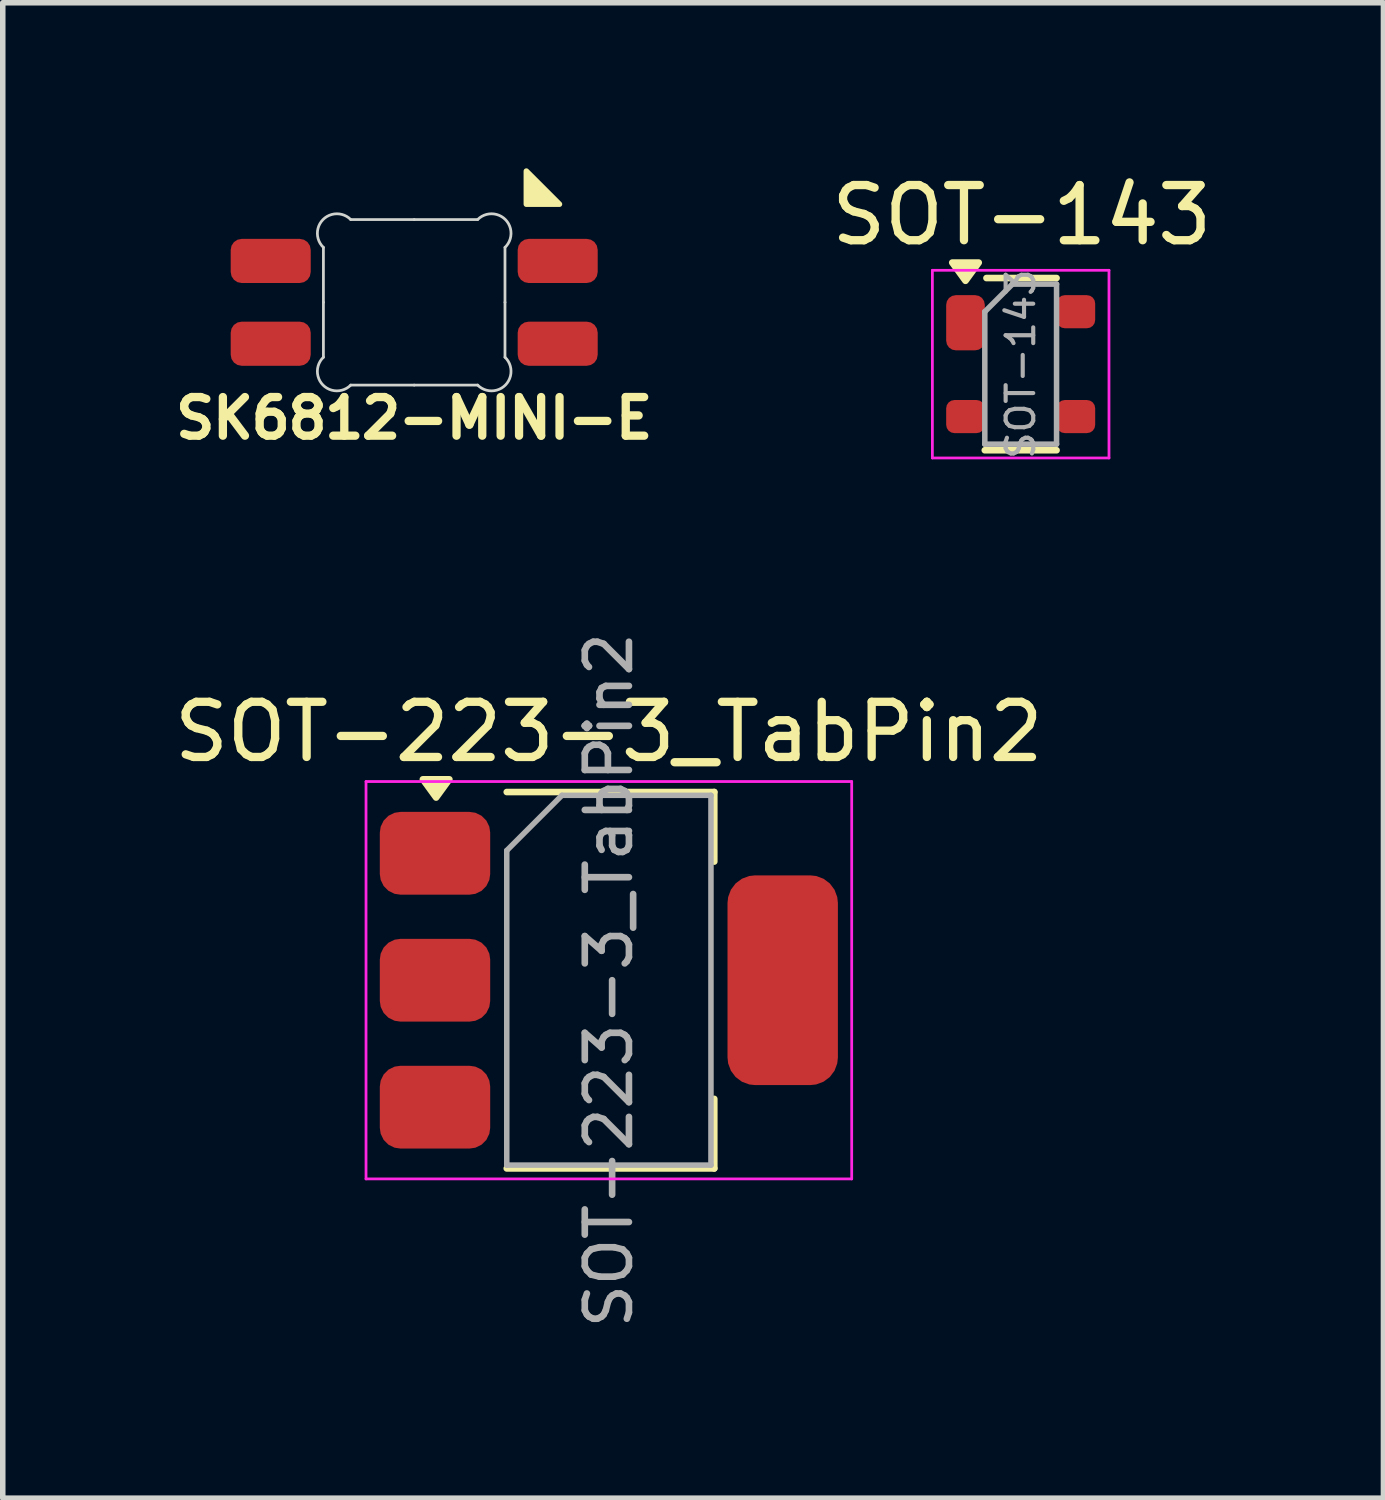
<source format=kicad_pcb>
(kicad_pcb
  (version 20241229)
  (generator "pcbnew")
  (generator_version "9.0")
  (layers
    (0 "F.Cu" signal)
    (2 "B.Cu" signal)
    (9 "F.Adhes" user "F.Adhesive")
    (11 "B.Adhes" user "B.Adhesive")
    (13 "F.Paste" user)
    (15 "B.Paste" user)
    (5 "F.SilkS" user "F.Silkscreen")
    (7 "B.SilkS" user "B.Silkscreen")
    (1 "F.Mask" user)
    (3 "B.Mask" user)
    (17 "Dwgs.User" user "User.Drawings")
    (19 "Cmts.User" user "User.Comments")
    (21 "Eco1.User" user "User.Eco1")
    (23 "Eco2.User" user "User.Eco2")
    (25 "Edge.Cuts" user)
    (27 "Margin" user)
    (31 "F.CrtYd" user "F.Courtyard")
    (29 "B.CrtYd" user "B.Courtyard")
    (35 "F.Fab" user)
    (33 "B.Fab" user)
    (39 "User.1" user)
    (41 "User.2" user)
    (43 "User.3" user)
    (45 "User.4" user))
  (footprint "SOT-143"
    (layer "F.Cu")
    (at 15.444 3.548)
    (property "Reference" "SOT-143" (at 0.02 -2.7 0) (layer "F.SilkS") (effects (font (size 1 1) (thickness 0.15))))
    (attr smd)
    (fp_line (start -0.65 1.56) (end 0.65 1.56) (stroke (width 0.12) (type solid)) (layer "F.SilkS"))
    (fp_line (start 0.65 -1.56) (end -0.62 -1.56) (stroke (width 0.12) (type solid)) (layer "F.SilkS"))
    (fp_poly (pts (xy -1 -1.51) (xy -1.24 -1.84) (xy -0.76 -1.84) (xy -1 -1.51)) (stroke (width 0.12) (type solid)) (fill yes) (layer "F.SilkS"))
    (fp_line (start -1.6 1.7) (end -1.6 -1.7) (stroke (width 0.05) (type solid)) (layer "F.CrtYd"))
    (fp_line (start -1.6 1.7) (end 1.6 1.7) (stroke (width 0.05) (type solid)) (layer "F.CrtYd"))
    (fp_line (start 1.6 -1.7) (end -1.6 -1.7) (stroke (width 0.05) (type solid)) (layer "F.CrtYd"))
    (fp_line (start 1.6 -1.7) (end 1.6 1.7) (stroke (width 0.05) (type solid)) (layer "F.CrtYd"))
    (fp_line (start -0.65 -0.95) (end -0.15 -1.45) (stroke (width 0.1) (type solid)) (layer "F.Fab"))
    (fp_line (start -0.65 1.45) (end -0.65 -0.95) (stroke (width 0.1) (type solid)) (layer "F.Fab"))
    (fp_line (start -0.15 -1.45) (end 0.65 -1.45) (stroke (width 0.1) (type solid)) (layer "F.Fab"))
    (fp_line (start 0.65 -1.45) (end 0.65 1.45) (stroke (width 0.1) (type solid)) (layer "F.Fab"))
    (fp_line (start 0.65 1.45) (end -0.65 1.45) (stroke (width 0.1) (type solid)) (layer "F.Fab"))
    (fp_text user "${REFERENCE}" (at 0 0 90) (layer "F.Fab") (effects (font (size 0.5 0.5) (thickness 0.075))))
    (pad "1" smd roundrect (at -1 -0.75) (size 0.7 1) (layers "F.Cu" "F.Mask" "F.Paste") (roundrect_rratio 0.25))
    (pad "2" smd roundrect (at -1 0.95) (size 0.7 0.6) (layers "F.Cu" "F.Mask" "F.Paste") (roundrect_rratio 0.25))
    (pad "3" smd roundrect (at 1 0.95) (size 0.7 0.6) (layers "F.Cu" "F.Mask" "F.Paste") (roundrect_rratio 0.25))
    (pad "4" smd roundrect (at 1 -0.95) (size 0.7 0.6) (layers "F.Cu" "F.Mask" "F.Paste") (roundrect_rratio 0.25)))
  (footprint "SK6812-MINI-E"
    (layer "F.Cu")
    (at 4.455 2.428)
    (property "Reference" "SK6812-MINI-E" (at 0 2.1 0) (unlocked yes) (layer "F.SilkS") (effects (font (size 0.7 0.7) (thickness 0.15))))
    (attr through_hole)
    (fp_poly (pts (xy 2.632 -1.778) (xy 2.032 -1.778) (xy 2.032 -2.378)) (stroke (width 0.1) (type solid)) (fill yes) (layer "F.SilkS"))
    (fp_line (start -1.645 -0.995) (end -1.645 0) (stroke (width 0.05) (type default)) (layer "Edge.Cuts"))
    (fp_line (start -1.645 0.995) (end -1.645 0) (stroke (width 0.05) (type default)) (layer "Edge.Cuts"))
    (fp_line (start 0 -1.5) (end -1.15 -1.5) (stroke (width 0.05) (type default)) (layer "Edge.Cuts"))
    (fp_line (start 0 -1.5) (end 1.15 -1.5) (stroke (width 0.05) (type default)) (layer "Edge.Cuts"))
    (fp_line (start 0 1.5) (end -1.15 1.5) (stroke (width 0.05) (type default)) (layer "Edge.Cuts"))
    (fp_line (start 0 1.5) (end 1.15 1.5) (stroke (width 0.05) (type default)) (layer "Edge.Cuts"))
    (fp_line (start 1.645 -0.995) (end 1.645 0) (stroke (width 0.05) (type default)) (layer "Edge.Cuts"))
    (fp_line (start 1.645 0.995) (end 1.645 0) (stroke (width 0.05) (type default)) (layer "Edge.Cuts"))
    (fp_arc (start -1.645051 -0.995147) (mid -1.652439 -1.497537) (end -1.15 -1.5) (stroke (width 0.05) (type default)) (layer "Edge.Cuts"))
    (fp_arc (start -1.15 1.5) (mid -1.652439 1.497537) (end -1.645051 0.995147) (stroke (width 0.05) (type default)) (layer "Edge.Cuts"))
    (fp_arc (start 1.15 -1.5) (mid 1.652439 -1.497537) (end 1.645051 -0.995147) (stroke (width 0.05) (type default)) (layer "Edge.Cuts"))
    (fp_arc (start 1.645051 0.995147) (mid 1.652439 1.497537) (end 1.15 1.5) (stroke (width 0.05) (type default)) (layer "Edge.Cuts"))
    (pad "1" smd roundrect (at 2.6 -0.75 180) (size 1.45 0.8) (layers "F.Cu" "F.Mask" "F.Paste") (roundrect_rratio 0.25))
    (pad "2" smd roundrect (at 2.6 0.75 180) (size 1.45 0.8) (layers "F.Cu" "F.Mask" "F.Paste") (roundrect_rratio 0.25))
    (pad "3" smd roundrect (at -2.6 0.75 180) (size 1.45 0.8) (layers "F.Cu" "F.Mask" "F.Paste") (roundrect_rratio 0.25))
    (pad "4" smd roundrect (at -2.6 -0.75 180) (size 1.45 0.8) (layers "F.Cu" "F.Mask" "F.Paste") (roundrect_rratio 0.25)))
  (footprint "SOT-223-3_TabPin2"
    (layer "F.Cu")
    (at 7.982 14.711)
    (property "Reference" "SOT-223-3_TabPin2" (at 0 -4.5 0) (layer "F.SilkS") (effects (font (size 1 1) (thickness 0.15))))
    (attr smd)
    (fp_line (start -1.85 -3.41) (end 1.91 -3.41) (stroke (width 0.12) (type solid)) (layer "F.SilkS"))
    (fp_line (start -1.85 3.41) (end 1.91 3.41) (stroke (width 0.12) (type solid)) (layer "F.SilkS"))
    (fp_line (start 1.91 -3.41) (end 1.91 -2.15) (stroke (width 0.12) (type solid)) (layer "F.SilkS"))
    (fp_line (start 1.91 3.41) (end 1.91 2.15) (stroke (width 0.12) (type solid)) (layer "F.SilkS"))
    (fp_poly (pts (xy -3.13 -3.31) (xy -3.37 -3.64) (xy -2.89 -3.64) (xy -3.13 -3.31)) (stroke (width 0.12) (type solid)) (fill yes) (layer "F.SilkS"))
    (fp_line (start -4.4 -3.6) (end -4.4 3.6) (stroke (width 0.05) (type solid)) (layer "F.CrtYd"))
    (fp_line (start -4.4 3.6) (end 4.4 3.6) (stroke (width 0.05) (type solid)) (layer "F.CrtYd"))
    (fp_line (start 4.4 -3.6) (end -4.4 -3.6) (stroke (width 0.05) (type solid)) (layer "F.CrtYd"))
    (fp_line (start 4.4 3.6) (end 4.4 -3.6) (stroke (width 0.05) (type solid)) (layer "F.CrtYd"))
    (fp_line (start -1.85 -2.35) (end -1.85 3.35) (stroke (width 0.1) (type solid)) (layer "F.Fab"))
    (fp_line (start -1.85 -2.35) (end -0.85 -3.35) (stroke (width 0.1) (type solid)) (layer "F.Fab"))
    (fp_line (start -1.85 3.35) (end 1.85 3.35) (stroke (width 0.1) (type solid)) (layer "F.Fab"))
    (fp_line (start -0.85 -3.35) (end 1.85 -3.35) (stroke (width 0.1) (type solid)) (layer "F.Fab"))
    (fp_line (start 1.85 -3.35) (end 1.85 3.35) (stroke (width 0.1) (type solid)) (layer "F.Fab"))
    (fp_text user "${REFERENCE}" (at 0 0 90) (layer "F.Fab") (effects (font (size 0.8 0.8) (thickness 0.12))))
    (pad "1" smd roundrect (at -3.15 -2.3) (size 2 1.5) (layers "F.Cu" "F.Mask" "F.Paste") (roundrect_rratio 0.25))
    (pad "2" smd roundrect (at -3.15 0) (size 2 1.5) (layers "F.Cu" "F.Mask" "F.Paste") (roundrect_rratio 0.25))
    (pad "2" smd roundrect (at 3.15 0) (size 2 3.8) (layers "F.Cu" "F.Mask" "F.Paste") (roundrect_rratio 0.25))
    (pad "3" smd roundrect (at -3.15 2.3) (size 2 1.5) (layers "F.Cu" "F.Mask" "F.Paste") (roundrect_rratio 0.25)))
  (gr_rect
    (start -3 -3)
    (end 22.017 24.096)
    (stroke (width 0.1) (type default))
    (fill no)
    (layer "Edge.Cuts")))
</source>
